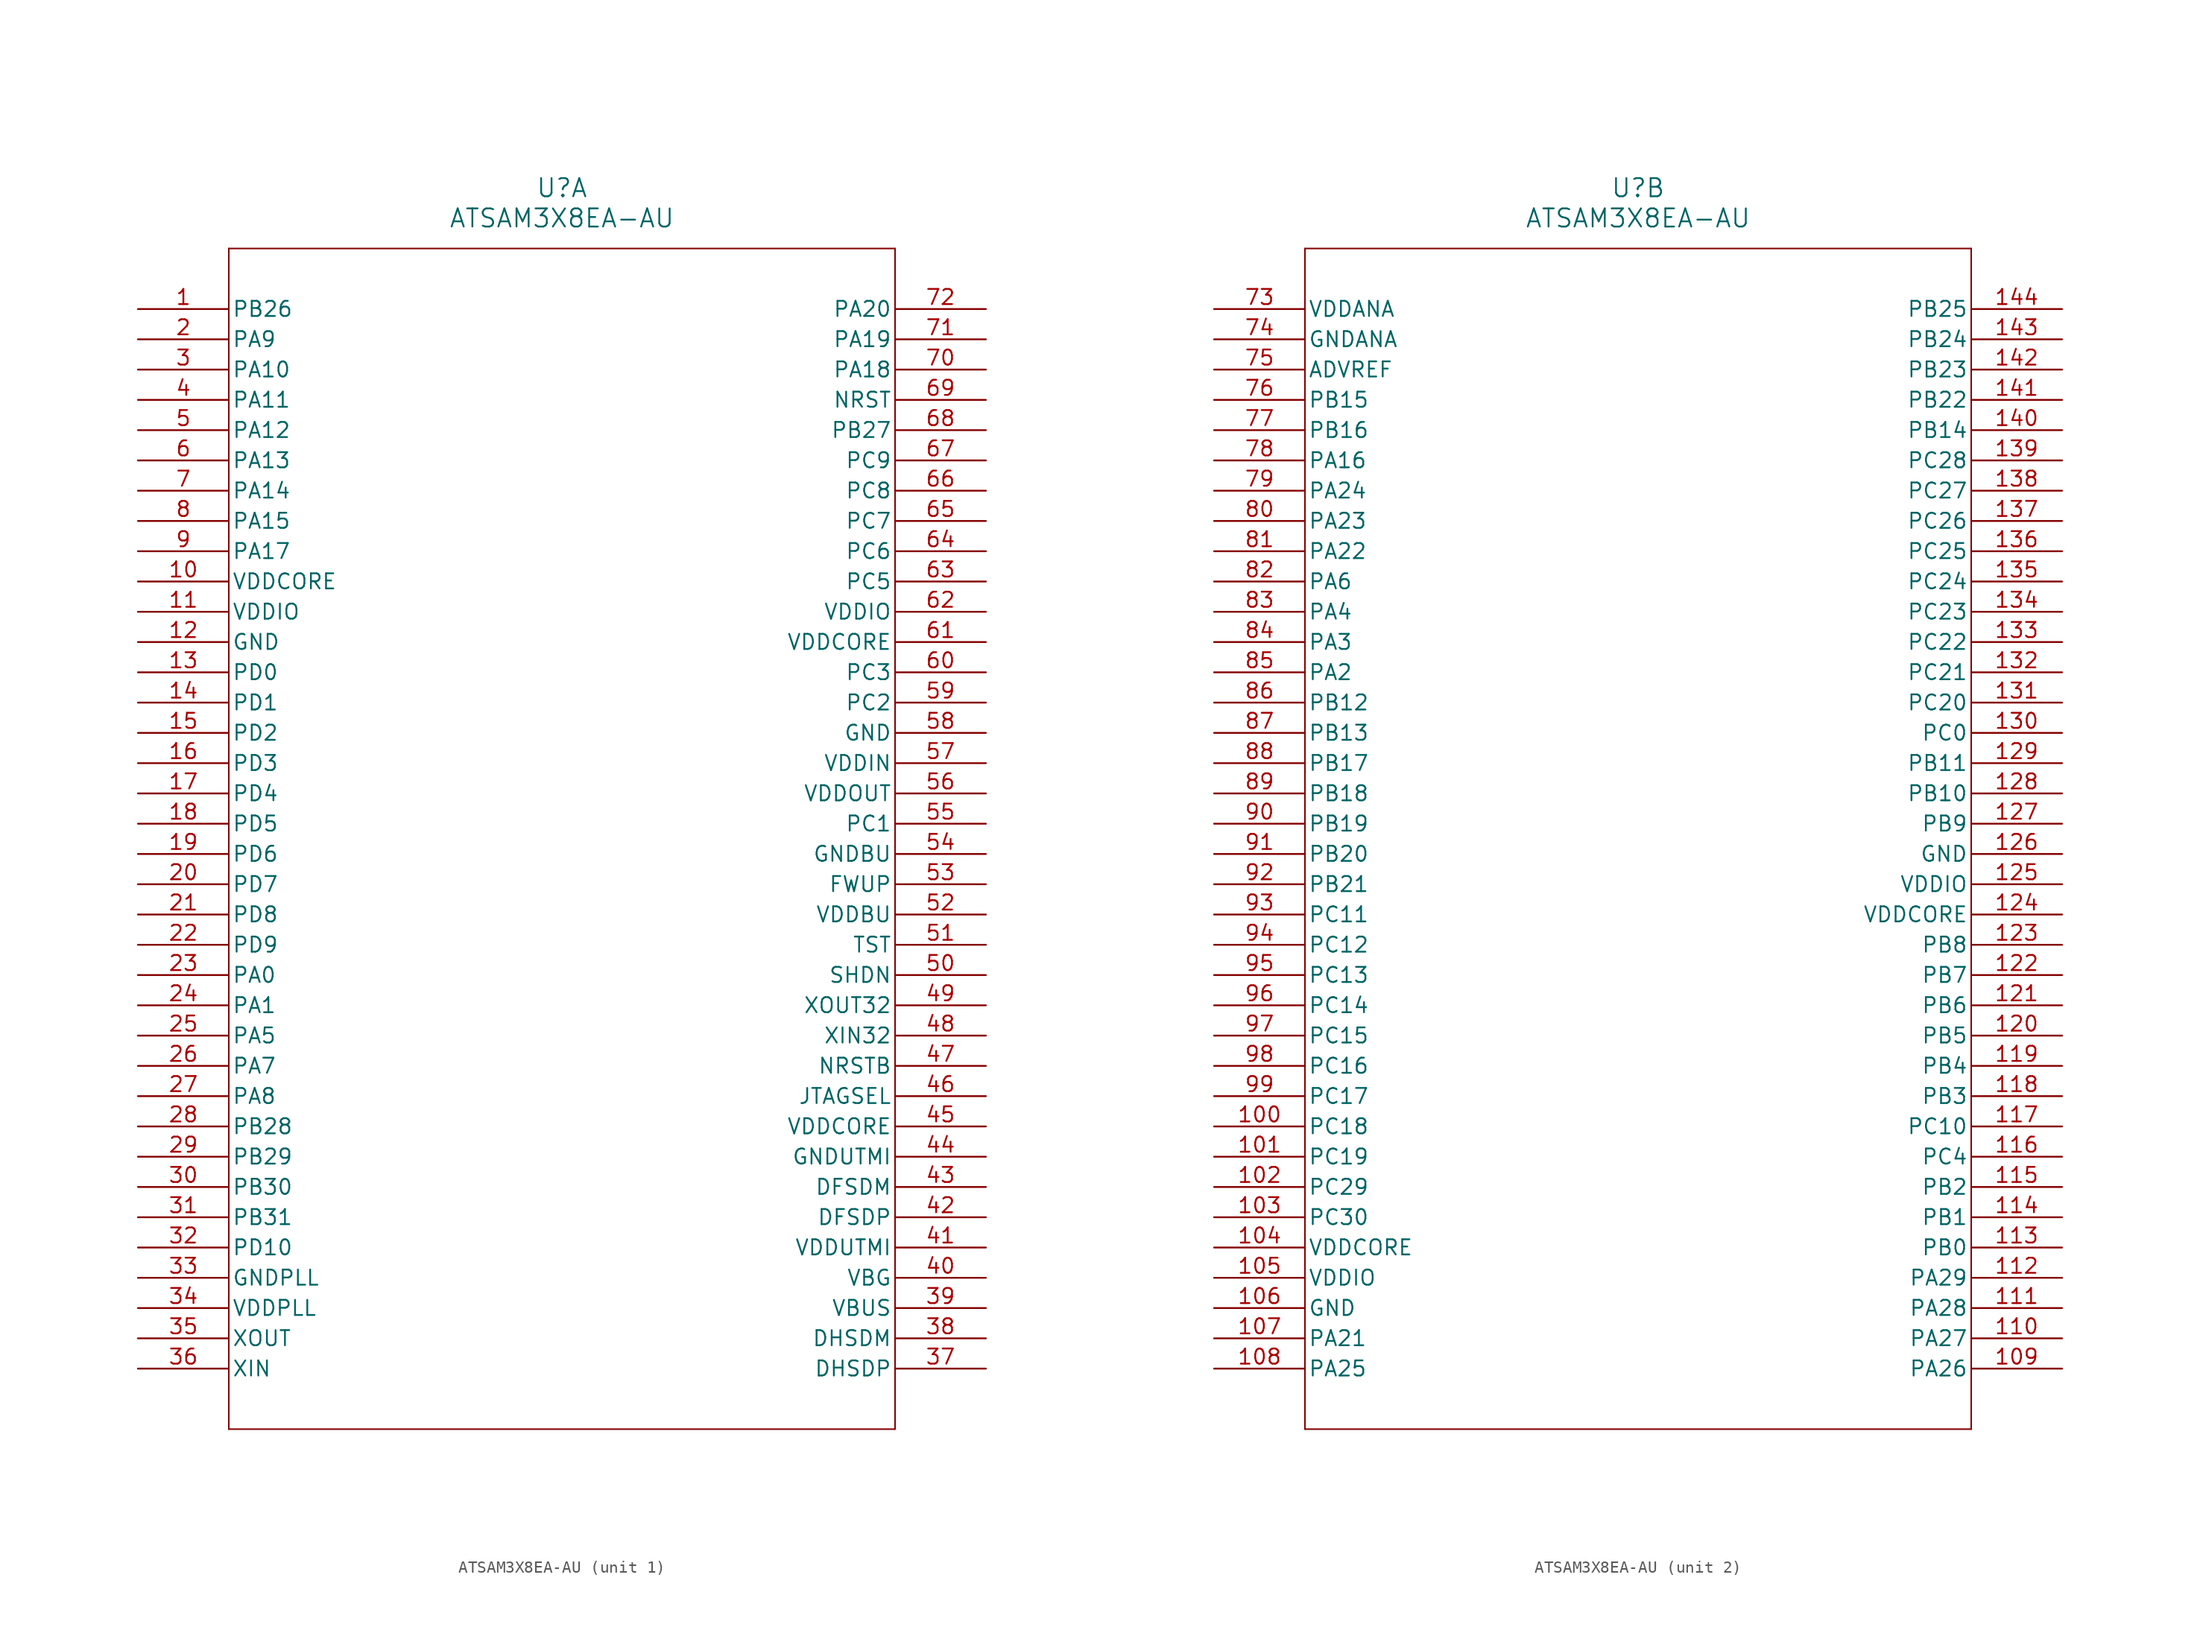
<source format=kicad_sym>
(kicad_symbol_lib
  (version 20211014)
  (generator kicad_symbol_editor)
  (symbol "ATSAM3X8EA-AU"
    (pin_names
      (offset 0.254))
    (property "Reference" "U"
      (at 35.56 10.16 0)
      (effects (font (size 1.524 1.524))))
    (property "Value" "ATSAM3X8EA-AU"
      (at 35.56 7.62 0)
      (effects (font (size 1.524 1.524))))
    (symbol "ATSAM3X8EA-AU_1_1"
      (polyline (pts (xy 7.62 5.08) (xy 7.62 -93.98)) (stroke (width 0.127) (type default) (color 0 0 0 0)) (fill (type none)))
      (polyline (pts (xy 7.62 -93.98) (xy 63.5 -93.98)) (stroke (width 0.127) (type default) (color 0 0 0 0)) (fill (type none)))
      (polyline (pts (xy 63.5 -93.98) (xy 63.5 5.08)) (stroke (width 0.127) (type default) (color 0 0 0 0)) (fill (type none)))
      (polyline (pts (xy 63.5 5.08) (xy 7.62 5.08)) (stroke (width 0.127) (type default) (color 0 0 0 0)) (fill (type none)))
      (pin bidirectional line (at 0 0 0) (length 7.62) (name "PB26" (effects (font (size 1.27 1.27)))) (number "1" (effects (font (size 1.27 1.27)))))
      (pin bidirectional line (at 0 -2.54 0) (length 7.62) (name "PA9" (effects (font (size 1.27 1.27)))) (number "2" (effects (font (size 1.27 1.27)))))
      (pin bidirectional line (at 0 -5.08 0) (length 7.62) (name "PA10" (effects (font (size 1.27 1.27)))) (number "3" (effects (font (size 1.27 1.27)))))
      (pin bidirectional line (at 0 -7.62 0) (length 7.62) (name "PA11" (effects (font (size 1.27 1.27)))) (number "4" (effects (font (size 1.27 1.27)))))
      (pin bidirectional line (at 0 -10.16 0) (length 7.62) (name "PA12" (effects (font (size 1.27 1.27)))) (number "5" (effects (font (size 1.27 1.27)))))
      (pin bidirectional line (at 0 -12.7 0) (length 7.62) (name "PA13" (effects (font (size 1.27 1.27)))) (number "6" (effects (font (size 1.27 1.27)))))
      (pin bidirectional line (at 0 -15.24 0) (length 7.62) (name "PA14" (effects (font (size 1.27 1.27)))) (number "7" (effects (font (size 1.27 1.27)))))
      (pin bidirectional line (at 0 -17.78 0) (length 7.62) (name "PA15" (effects (font (size 1.27 1.27)))) (number "8" (effects (font (size 1.27 1.27)))))
      (pin bidirectional line (at 0 -20.32 0) (length 7.62) (name "PA17" (effects (font (size 1.27 1.27)))) (number "9" (effects (font (size 1.27 1.27)))))
      (pin power_in line (at 0 -22.86 0) (length 7.62) (name "VDDCORE" (effects (font (size 1.27 1.27)))) (number "10" (effects (font (size 1.27 1.27)))))
      (pin power_in line (at 0 -25.4 0) (length 7.62) (name "VDDIO" (effects (font (size 1.27 1.27)))) (number "11" (effects (font (size 1.27 1.27)))))
      (pin power_in line (at 0 -27.94 0) (length 7.62) (name "GND" (effects (font (size 1.27 1.27)))) (number "12" (effects (font (size 1.27 1.27)))))
      (pin bidirectional line (at 0 -30.48 0) (length 7.62) (name "PD0" (effects (font (size 1.27 1.27)))) (number "13" (effects (font (size 1.27 1.27)))))
      (pin bidirectional line (at 0 -33.02 0) (length 7.62) (name "PD1" (effects (font (size 1.27 1.27)))) (number "14" (effects (font (size 1.27 1.27)))))
      (pin bidirectional line (at 0 -35.56 0) (length 7.62) (name "PD2" (effects (font (size 1.27 1.27)))) (number "15" (effects (font (size 1.27 1.27)))))
      (pin bidirectional line (at 0 -38.1 0) (length 7.62) (name "PD3" (effects (font (size 1.27 1.27)))) (number "16" (effects (font (size 1.27 1.27)))))
      (pin bidirectional line (at 0 -40.64 0) (length 7.62) (name "PD4" (effects (font (size 1.27 1.27)))) (number "17" (effects (font (size 1.27 1.27)))))
      (pin bidirectional line (at 0 -43.18 0) (length 7.62) (name "PD5" (effects (font (size 1.27 1.27)))) (number "18" (effects (font (size 1.27 1.27)))))
      (pin bidirectional line (at 0 -45.72 0) (length 7.62) (name "PD6" (effects (font (size 1.27 1.27)))) (number "19" (effects (font (size 1.27 1.27)))))
      (pin bidirectional line (at 0 -48.26 0) (length 7.62) (name "PD7" (effects (font (size 1.27 1.27)))) (number "20" (effects (font (size 1.27 1.27)))))
      (pin bidirectional line (at 0 -50.8 0) (length 7.62) (name "PD8" (effects (font (size 1.27 1.27)))) (number "21" (effects (font (size 1.27 1.27)))))
      (pin bidirectional line (at 0 -53.34 0) (length 7.62) (name "PD9" (effects (font (size 1.27 1.27)))) (number "22" (effects (font (size 1.27 1.27)))))
      (pin bidirectional line (at 0 -55.88 0) (length 7.62) (name "PA0" (effects (font (size 1.27 1.27)))) (number "23" (effects (font (size 1.27 1.27)))))
      (pin bidirectional line (at 0 -58.42 0) (length 7.62) (name "PA1" (effects (font (size 1.27 1.27)))) (number "24" (effects (font (size 1.27 1.27)))))
      (pin bidirectional line (at 0 -60.96 0) (length 7.62) (name "PA5" (effects (font (size 1.27 1.27)))) (number "25" (effects (font (size 1.27 1.27)))))
      (pin bidirectional line (at 0 -63.5 0) (length 7.62) (name "PA7" (effects (font (size 1.27 1.27)))) (number "26" (effects (font (size 1.27 1.27)))))
      (pin bidirectional line (at 0 -66.04 0) (length 7.62) (name "PA8" (effects (font (size 1.27 1.27)))) (number "27" (effects (font (size 1.27 1.27)))))
      (pin bidirectional line (at 0 -68.58 0) (length 7.62) (name "PB28" (effects (font (size 1.27 1.27)))) (number "28" (effects (font (size 1.27 1.27)))))
      (pin bidirectional line (at 0 -71.12 0) (length 7.62) (name "PB29" (effects (font (size 1.27 1.27)))) (number "29" (effects (font (size 1.27 1.27)))))
      (pin bidirectional line (at 0 -73.66 0) (length 7.62) (name "PB30" (effects (font (size 1.27 1.27)))) (number "30" (effects (font (size 1.27 1.27)))))
      (pin bidirectional line (at 0 -76.2 0) (length 7.62) (name "PB31" (effects (font (size 1.27 1.27)))) (number "31" (effects (font (size 1.27 1.27)))))
      (pin bidirectional line (at 0 -78.74 0) (length 7.62) (name "PD10" (effects (font (size 1.27 1.27)))) (number "32" (effects (font (size 1.27 1.27)))))
      (pin power_in line (at 0 -81.28 0) (length 7.62) (name "GNDPLL" (effects (font (size 1.27 1.27)))) (number "33" (effects (font (size 1.27 1.27)))))
      (pin power_in line (at 0 -83.82 0) (length 7.62) (name "VDDPLL" (effects (font (size 1.27 1.27)))) (number "34" (effects (font (size 1.27 1.27)))))
      (pin output line (at 0 -86.36 0) (length 7.62) (name "XOUT" (effects (font (size 1.27 1.27)))) (number "35" (effects (font (size 1.27 1.27)))))
      (pin input line (at 0 -88.9 0) (length 7.62) (name "XIN" (effects (font (size 1.27 1.27)))) (number "36" (effects (font (size 1.27 1.27)))))
      (pin unspecified line (at 71.12 -88.9 180) (length 7.62) (name "DHSDP" (effects (font (size 1.27 1.27)))) (number "37" (effects (font (size 1.27 1.27)))))
      (pin unspecified line (at 71.12 -86.36 180) (length 7.62) (name "DHSDM" (effects (font (size 1.27 1.27)))) (number "38" (effects (font (size 1.27 1.27)))))
      (pin unspecified line (at 71.12 -83.82 180) (length 7.62) (name "VBUS" (effects (font (size 1.27 1.27)))) (number "39" (effects (font (size 1.27 1.27)))))
      (pin unspecified line (at 71.12 -81.28 180) (length 7.62) (name "VBG" (effects (font (size 1.27 1.27)))) (number "40" (effects (font (size 1.27 1.27)))))
      (pin power_in line (at 71.12 -78.74 180) (length 7.62) (name "VDDUTMI" (effects (font (size 1.27 1.27)))) (number "41" (effects (font (size 1.27 1.27)))))
      (pin unspecified line (at 71.12 -76.2 180) (length 7.62) (name "DFSDP" (effects (font (size 1.27 1.27)))) (number "42" (effects (font (size 1.27 1.27)))))
      (pin unspecified line (at 71.12 -73.66 180) (length 7.62) (name "DFSDM" (effects (font (size 1.27 1.27)))) (number "43" (effects (font (size 1.27 1.27)))))
      (pin power_in line (at 71.12 -71.12 180) (length 7.62) (name "GNDUTMI" (effects (font (size 1.27 1.27)))) (number "44" (effects (font (size 1.27 1.27)))))
      (pin power_in line (at 71.12 -68.58 180) (length 7.62) (name "VDDCORE" (effects (font (size 1.27 1.27)))) (number "45" (effects (font (size 1.27 1.27)))))
      (pin input line (at 71.12 -66.04 180) (length 7.62) (name "JTAGSEL" (effects (font (size 1.27 1.27)))) (number "46" (effects (font (size 1.27 1.27)))))
      (pin input line (at 71.12 -63.5 180) (length 7.62) (name "NRSTB" (effects (font (size 1.27 1.27)))) (number "47" (effects (font (size 1.27 1.27)))))
      (pin input line (at 71.12 -60.96 180) (length 7.62) (name "XIN32" (effects (font (size 1.27 1.27)))) (number "48" (effects (font (size 1.27 1.27)))))
      (pin output line (at 71.12 -58.42 180) (length 7.62) (name "XOUT32" (effects (font (size 1.27 1.27)))) (number "49" (effects (font (size 1.27 1.27)))))
      (pin output line (at 71.12 -55.88 180) (length 7.62) (name "SHDN" (effects (font (size 1.27 1.27)))) (number "50" (effects (font (size 1.27 1.27)))))
      (pin input line (at 71.12 -53.34 180) (length 7.62) (name "TST" (effects (font (size 1.27 1.27)))) (number "51" (effects (font (size 1.27 1.27)))))
      (pin power_in line (at 71.12 -50.8 180) (length 7.62) (name "VDDBU" (effects (font (size 1.27 1.27)))) (number "52" (effects (font (size 1.27 1.27)))))
      (pin input line (at 71.12 -48.26 180) (length 7.62) (name "FWUP" (effects (font (size 1.27 1.27)))) (number "53" (effects (font (size 1.27 1.27)))))
      (pin power_in line (at 71.12 -45.72 180) (length 7.62) (name "GNDBU" (effects (font (size 1.27 1.27)))) (number "54" (effects (font (size 1.27 1.27)))))
      (pin bidirectional line (at 71.12 -43.18 180) (length 7.62) (name "PC1" (effects (font (size 1.27 1.27)))) (number "55" (effects (font (size 1.27 1.27)))))
      (pin power_in line (at 71.12 -40.64 180) (length 7.62) (name "VDDOUT" (effects (font (size 1.27 1.27)))) (number "56" (effects (font (size 1.27 1.27)))))
      (pin power_in line (at 71.12 -38.1 180) (length 7.62) (name "VDDIN" (effects (font (size 1.27 1.27)))) (number "57" (effects (font (size 1.27 1.27)))))
      (pin power_in line (at 71.12 -35.56 180) (length 7.62) (name "GND" (effects (font (size 1.27 1.27)))) (number "58" (effects (font (size 1.27 1.27)))))
      (pin bidirectional line (at 71.12 -33.02 180) (length 7.62) (name "PC2" (effects (font (size 1.27 1.27)))) (number "59" (effects (font (size 1.27 1.27)))))
      (pin bidirectional line (at 71.12 -30.48 180) (length 7.62) (name "PC3" (effects (font (size 1.27 1.27)))) (number "60" (effects (font (size 1.27 1.27)))))
      (pin power_in line (at 71.12 -27.94 180) (length 7.62) (name "VDDCORE" (effects (font (size 1.27 1.27)))) (number "61" (effects (font (size 1.27 1.27)))))
      (pin power_in line (at 71.12 -25.4 180) (length 7.62) (name "VDDIO" (effects (font (size 1.27 1.27)))) (number "62" (effects (font (size 1.27 1.27)))))
      (pin bidirectional line (at 71.12 -22.86 180) (length 7.62) (name "PC5" (effects (font (size 1.27 1.27)))) (number "63" (effects (font (size 1.27 1.27)))))
      (pin bidirectional line (at 71.12 -20.32 180) (length 7.62) (name "PC6" (effects (font (size 1.27 1.27)))) (number "64" (effects (font (size 1.27 1.27)))))
      (pin bidirectional line (at 71.12 -17.78 180) (length 7.62) (name "PC7" (effects (font (size 1.27 1.27)))) (number "65" (effects (font (size 1.27 1.27)))))
      (pin bidirectional line (at 71.12 -15.24 180) (length 7.62) (name "PC8" (effects (font (size 1.27 1.27)))) (number "66" (effects (font (size 1.27 1.27)))))
      (pin bidirectional line (at 71.12 -12.7 180) (length 7.62) (name "PC9" (effects (font (size 1.27 1.27)))) (number "67" (effects (font (size 1.27 1.27)))))
      (pin bidirectional line (at 71.12 -10.16 180) (length 7.62) (name "PB27" (effects (font (size 1.27 1.27)))) (number "68" (effects (font (size 1.27 1.27)))))
      (pin bidirectional line (at 71.12 -7.62 180) (length 7.62) (name "NRST" (effects (font (size 1.27 1.27)))) (number "69" (effects (font (size 1.27 1.27)))))
      (pin bidirectional line (at 71.12 -5.08 180) (length 7.62) (name "PA18" (effects (font (size 1.27 1.27)))) (number "70" (effects (font (size 1.27 1.27)))))
      (pin bidirectional line (at 71.12 -2.54 180) (length 7.62) (name "PA19" (effects (font (size 1.27 1.27)))) (number "71" (effects (font (size 1.27 1.27)))))
      (pin bidirectional line (at 71.12 0 180) (length 7.62) (name "PA20" (effects (font (size 1.27 1.27)))) (number "72" (effects (font (size 1.27 1.27))))))
    (symbol "ATSAM3X8EA-AU_2_1"
      (polyline (pts (xy 7.62 5.08) (xy 7.62 -93.98)) (stroke (width 0.127) (type default) (color 0 0 0 0)) (fill (type none)))
      (polyline (pts (xy 7.62 -93.98) (xy 63.5 -93.98)) (stroke (width 0.127) (type default) (color 0 0 0 0)) (fill (type none)))
      (polyline (pts (xy 63.5 -93.98) (xy 63.5 5.08)) (stroke (width 0.127) (type default) (color 0 0 0 0)) (fill (type none)))
      (polyline (pts (xy 63.5 5.08) (xy 7.62 5.08)) (stroke (width 0.127) (type default) (color 0 0 0 0)) (fill (type none)))
      (pin power_in line (at 0 0 0) (length 7.62) (name "VDDANA" (effects (font (size 1.27 1.27)))) (number "73" (effects (font (size 1.27 1.27)))))
      (pin power_in line (at 0 -2.54 0) (length 7.62) (name "GNDANA" (effects (font (size 1.27 1.27)))) (number "74" (effects (font (size 1.27 1.27)))))
      (pin unspecified line (at 0 -5.08 0) (length 7.62) (name "ADVREF" (effects (font (size 1.27 1.27)))) (number "75" (effects (font (size 1.27 1.27)))))
      (pin bidirectional line (at 0 -7.62 0) (length 7.62) (name "PB15" (effects (font (size 1.27 1.27)))) (number "76" (effects (font (size 1.27 1.27)))))
      (pin bidirectional line (at 0 -10.16 0) (length 7.62) (name "PB16" (effects (font (size 1.27 1.27)))) (number "77" (effects (font (size 1.27 1.27)))))
      (pin bidirectional line (at 0 -12.7 0) (length 7.62) (name "PA16" (effects (font (size 1.27 1.27)))) (number "78" (effects (font (size 1.27 1.27)))))
      (pin bidirectional line (at 0 -15.24 0) (length 7.62) (name "PA24" (effects (font (size 1.27 1.27)))) (number "79" (effects (font (size 1.27 1.27)))))
      (pin bidirectional line (at 0 -17.78 0) (length 7.62) (name "PA23" (effects (font (size 1.27 1.27)))) (number "80" (effects (font (size 1.27 1.27)))))
      (pin bidirectional line (at 0 -20.32 0) (length 7.62) (name "PA22" (effects (font (size 1.27 1.27)))) (number "81" (effects (font (size 1.27 1.27)))))
      (pin bidirectional line (at 0 -22.86 0) (length 7.62) (name "PA6" (effects (font (size 1.27 1.27)))) (number "82" (effects (font (size 1.27 1.27)))))
      (pin bidirectional line (at 0 -25.4 0) (length 7.62) (name "PA4" (effects (font (size 1.27 1.27)))) (number "83" (effects (font (size 1.27 1.27)))))
      (pin bidirectional line (at 0 -27.94 0) (length 7.62) (name "PA3" (effects (font (size 1.27 1.27)))) (number "84" (effects (font (size 1.27 1.27)))))
      (pin bidirectional line (at 0 -30.48 0) (length 7.62) (name "PA2" (effects (font (size 1.27 1.27)))) (number "85" (effects (font (size 1.27 1.27)))))
      (pin bidirectional line (at 0 -33.02 0) (length 7.62) (name "PB12" (effects (font (size 1.27 1.27)))) (number "86" (effects (font (size 1.27 1.27)))))
      (pin bidirectional line (at 0 -35.56 0) (length 7.62) (name "PB13" (effects (font (size 1.27 1.27)))) (number "87" (effects (font (size 1.27 1.27)))))
      (pin bidirectional line (at 0 -38.1 0) (length 7.62) (name "PB17" (effects (font (size 1.27 1.27)))) (number "88" (effects (font (size 1.27 1.27)))))
      (pin bidirectional line (at 0 -40.64 0) (length 7.62) (name "PB18" (effects (font (size 1.27 1.27)))) (number "89" (effects (font (size 1.27 1.27)))))
      (pin bidirectional line (at 0 -43.18 0) (length 7.62) (name "PB19" (effects (font (size 1.27 1.27)))) (number "90" (effects (font (size 1.27 1.27)))))
      (pin bidirectional line (at 0 -45.72 0) (length 7.62) (name "PB20" (effects (font (size 1.27 1.27)))) (number "91" (effects (font (size 1.27 1.27)))))
      (pin bidirectional line (at 0 -48.26 0) (length 7.62) (name "PB21" (effects (font (size 1.27 1.27)))) (number "92" (effects (font (size 1.27 1.27)))))
      (pin bidirectional line (at 0 -50.8 0) (length 7.62) (name "PC11" (effects (font (size 1.27 1.27)))) (number "93" (effects (font (size 1.27 1.27)))))
      (pin bidirectional line (at 0 -53.34 0) (length 7.62) (name "PC12" (effects (font (size 1.27 1.27)))) (number "94" (effects (font (size 1.27 1.27)))))
      (pin bidirectional line (at 0 -55.88 0) (length 7.62) (name "PC13" (effects (font (size 1.27 1.27)))) (number "95" (effects (font (size 1.27 1.27)))))
      (pin bidirectional line (at 0 -58.42 0) (length 7.62) (name "PC14" (effects (font (size 1.27 1.27)))) (number "96" (effects (font (size 1.27 1.27)))))
      (pin bidirectional line (at 0 -60.96 0) (length 7.62) (name "PC15" (effects (font (size 1.27 1.27)))) (number "97" (effects (font (size 1.27 1.27)))))
      (pin bidirectional line (at 0 -63.5 0) (length 7.62) (name "PC16" (effects (font (size 1.27 1.27)))) (number "98" (effects (font (size 1.27 1.27)))))
      (pin bidirectional line (at 0 -66.04 0) (length 7.62) (name "PC17" (effects (font (size 1.27 1.27)))) (number "99" (effects (font (size 1.27 1.27)))))
      (pin bidirectional line (at 0 -68.58 0) (length 7.62) (name "PC18" (effects (font (size 1.27 1.27)))) (number "100" (effects (font (size 1.27 1.27)))))
      (pin bidirectional line (at 0 -71.12 0) (length 7.62) (name "PC19" (effects (font (size 1.27 1.27)))) (number "101" (effects (font (size 1.27 1.27)))))
      (pin bidirectional line (at 0 -73.66 0) (length 7.62) (name "PC29" (effects (font (size 1.27 1.27)))) (number "102" (effects (font (size 1.27 1.27)))))
      (pin bidirectional line (at 0 -76.2 0) (length 7.62) (name "PC30" (effects (font (size 1.27 1.27)))) (number "103" (effects (font (size 1.27 1.27)))))
      (pin power_in line (at 0 -78.74 0) (length 7.62) (name "VDDCORE" (effects (font (size 1.27 1.27)))) (number "104" (effects (font (size 1.27 1.27)))))
      (pin power_in line (at 0 -81.28 0) (length 7.62) (name "VDDIO" (effects (font (size 1.27 1.27)))) (number "105" (effects (font (size 1.27 1.27)))))
      (pin power_in line (at 0 -83.82 0) (length 7.62) (name "GND" (effects (font (size 1.27 1.27)))) (number "106" (effects (font (size 1.27 1.27)))))
      (pin bidirectional line (at 0 -86.36 0) (length 7.62) (name "PA21" (effects (font (size 1.27 1.27)))) (number "107" (effects (font (size 1.27 1.27)))))
      (pin bidirectional line (at 0 -88.9 0) (length 7.62) (name "PA25" (effects (font (size 1.27 1.27)))) (number "108" (effects (font (size 1.27 1.27)))))
      (pin bidirectional line (at 71.12 -88.9 180) (length 7.62) (name "PA26" (effects (font (size 1.27 1.27)))) (number "109" (effects (font (size 1.27 1.27)))))
      (pin bidirectional line (at 71.12 -86.36 180) (length 7.62) (name "PA27" (effects (font (size 1.27 1.27)))) (number "110" (effects (font (size 1.27 1.27)))))
      (pin bidirectional line (at 71.12 -83.82 180) (length 7.62) (name "PA28" (effects (font (size 1.27 1.27)))) (number "111" (effects (font (size 1.27 1.27)))))
      (pin bidirectional line (at 71.12 -81.28 180) (length 7.62) (name "PA29" (effects (font (size 1.27 1.27)))) (number "112" (effects (font (size 1.27 1.27)))))
      (pin bidirectional line (at 71.12 -78.74 180) (length 7.62) (name "PB0" (effects (font (size 1.27 1.27)))) (number "113" (effects (font (size 1.27 1.27)))))
      (pin bidirectional line (at 71.12 -76.2 180) (length 7.62) (name "PB1" (effects (font (size 1.27 1.27)))) (number "114" (effects (font (size 1.27 1.27)))))
      (pin bidirectional line (at 71.12 -73.66 180) (length 7.62) (name "PB2" (effects (font (size 1.27 1.27)))) (number "115" (effects (font (size 1.27 1.27)))))
      (pin bidirectional line (at 71.12 -71.12 180) (length 7.62) (name "PC4" (effects (font (size 1.27 1.27)))) (number "116" (effects (font (size 1.27 1.27)))))
      (pin bidirectional line (at 71.12 -68.58 180) (length 7.62) (name "PC10" (effects (font (size 1.27 1.27)))) (number "117" (effects (font (size 1.27 1.27)))))
      (pin bidirectional line (at 71.12 -66.04 180) (length 7.62) (name "PB3" (effects (font (size 1.27 1.27)))) (number "118" (effects (font (size 1.27 1.27)))))
      (pin bidirectional line (at 71.12 -63.5 180) (length 7.62) (name "PB4" (effects (font (size 1.27 1.27)))) (number "119" (effects (font (size 1.27 1.27)))))
      (pin bidirectional line (at 71.12 -60.96 180) (length 7.62) (name "PB5" (effects (font (size 1.27 1.27)))) (number "120" (effects (font (size 1.27 1.27)))))
      (pin bidirectional line (at 71.12 -58.42 180) (length 7.62) (name "PB6" (effects (font (size 1.27 1.27)))) (number "121" (effects (font (size 1.27 1.27)))))
      (pin bidirectional line (at 71.12 -55.88 180) (length 7.62) (name "PB7" (effects (font (size 1.27 1.27)))) (number "122" (effects (font (size 1.27 1.27)))))
      (pin bidirectional line (at 71.12 -53.34 180) (length 7.62) (name "PB8" (effects (font (size 1.27 1.27)))) (number "123" (effects (font (size 1.27 1.27)))))
      (pin power_in line (at 71.12 -50.8 180) (length 7.62) (name "VDDCORE" (effects (font (size 1.27 1.27)))) (number "124" (effects (font (size 1.27 1.27)))))
      (pin power_in line (at 71.12 -48.26 180) (length 7.62) (name "VDDIO" (effects (font (size 1.27 1.27)))) (number "125" (effects (font (size 1.27 1.27)))))
      (pin power_in line (at 71.12 -45.72 180) (length 7.62) (name "GND" (effects (font (size 1.27 1.27)))) (number "126" (effects (font (size 1.27 1.27)))))
      (pin bidirectional line (at 71.12 -43.18 180) (length 7.62) (name "PB9" (effects (font (size 1.27 1.27)))) (number "127" (effects (font (size 1.27 1.27)))))
      (pin bidirectional line (at 71.12 -40.64 180) (length 7.62) (name "PB10" (effects (font (size 1.27 1.27)))) (number "128" (effects (font (size 1.27 1.27)))))
      (pin bidirectional line (at 71.12 -38.1 180) (length 7.62) (name "PB11" (effects (font (size 1.27 1.27)))) (number "129" (effects (font (size 1.27 1.27)))))
      (pin bidirectional line (at 71.12 -35.56 180) (length 7.62) (name "PC0" (effects (font (size 1.27 1.27)))) (number "130" (effects (font (size 1.27 1.27)))))
      (pin bidirectional line (at 71.12 -33.02 180) (length 7.62) (name "PC20" (effects (font (size 1.27 1.27)))) (number "131" (effects (font (size 1.27 1.27)))))
      (pin bidirectional line (at 71.12 -30.48 180) (length 7.62) (name "PC21" (effects (font (size 1.27 1.27)))) (number "132" (effects (font (size 1.27 1.27)))))
      (pin bidirectional line (at 71.12 -27.94 180) (length 7.62) (name "PC22" (effects (font (size 1.27 1.27)))) (number "133" (effects (font (size 1.27 1.27)))))
      (pin bidirectional line (at 71.12 -25.4 180) (length 7.62) (name "PC23" (effects (font (size 1.27 1.27)))) (number "134" (effects (font (size 1.27 1.27)))))
      (pin bidirectional line (at 71.12 -22.86 180) (length 7.62) (name "PC24" (effects (font (size 1.27 1.27)))) (number "135" (effects (font (size 1.27 1.27)))))
      (pin bidirectional line (at 71.12 -20.32 180) (length 7.62) (name "PC25" (effects (font (size 1.27 1.27)))) (number "136" (effects (font (size 1.27 1.27)))))
      (pin bidirectional line (at 71.12 -17.78 180) (length 7.62) (name "PC26" (effects (font (size 1.27 1.27)))) (number "137" (effects (font (size 1.27 1.27)))))
      (pin bidirectional line (at 71.12 -15.24 180) (length 7.62) (name "PC27" (effects (font (size 1.27 1.27)))) (number "138" (effects (font (size 1.27 1.27)))))
      (pin bidirectional line (at 71.12 -12.7 180) (length 7.62) (name "PC28" (effects (font (size 1.27 1.27)))) (number "139" (effects (font (size 1.27 1.27)))))
      (pin bidirectional line (at 71.12 -10.16 180) (length 7.62) (name "PB14" (effects (font (size 1.27 1.27)))) (number "140" (effects (font (size 1.27 1.27)))))
      (pin bidirectional line (at 71.12 -7.62 180) (length 7.62) (name "PB22" (effects (font (size 1.27 1.27)))) (number "141" (effects (font (size 1.27 1.27)))))
      (pin bidirectional line (at 71.12 -5.08 180) (length 7.62) (name "PB23" (effects (font (size 1.27 1.27)))) (number "142" (effects (font (size 1.27 1.27)))))
      (pin bidirectional line (at 71.12 -2.54 180) (length 7.62) (name "PB24" (effects (font (size 1.27 1.27)))) (number "143" (effects (font (size 1.27 1.27)))))
      (pin bidirectional line (at 71.12 0 180) (length 7.62) (name "PB25" (effects (font (size 1.27 1.27)))) (number "144" (effects (font (size 1.27 1.27))))))))
</source>
